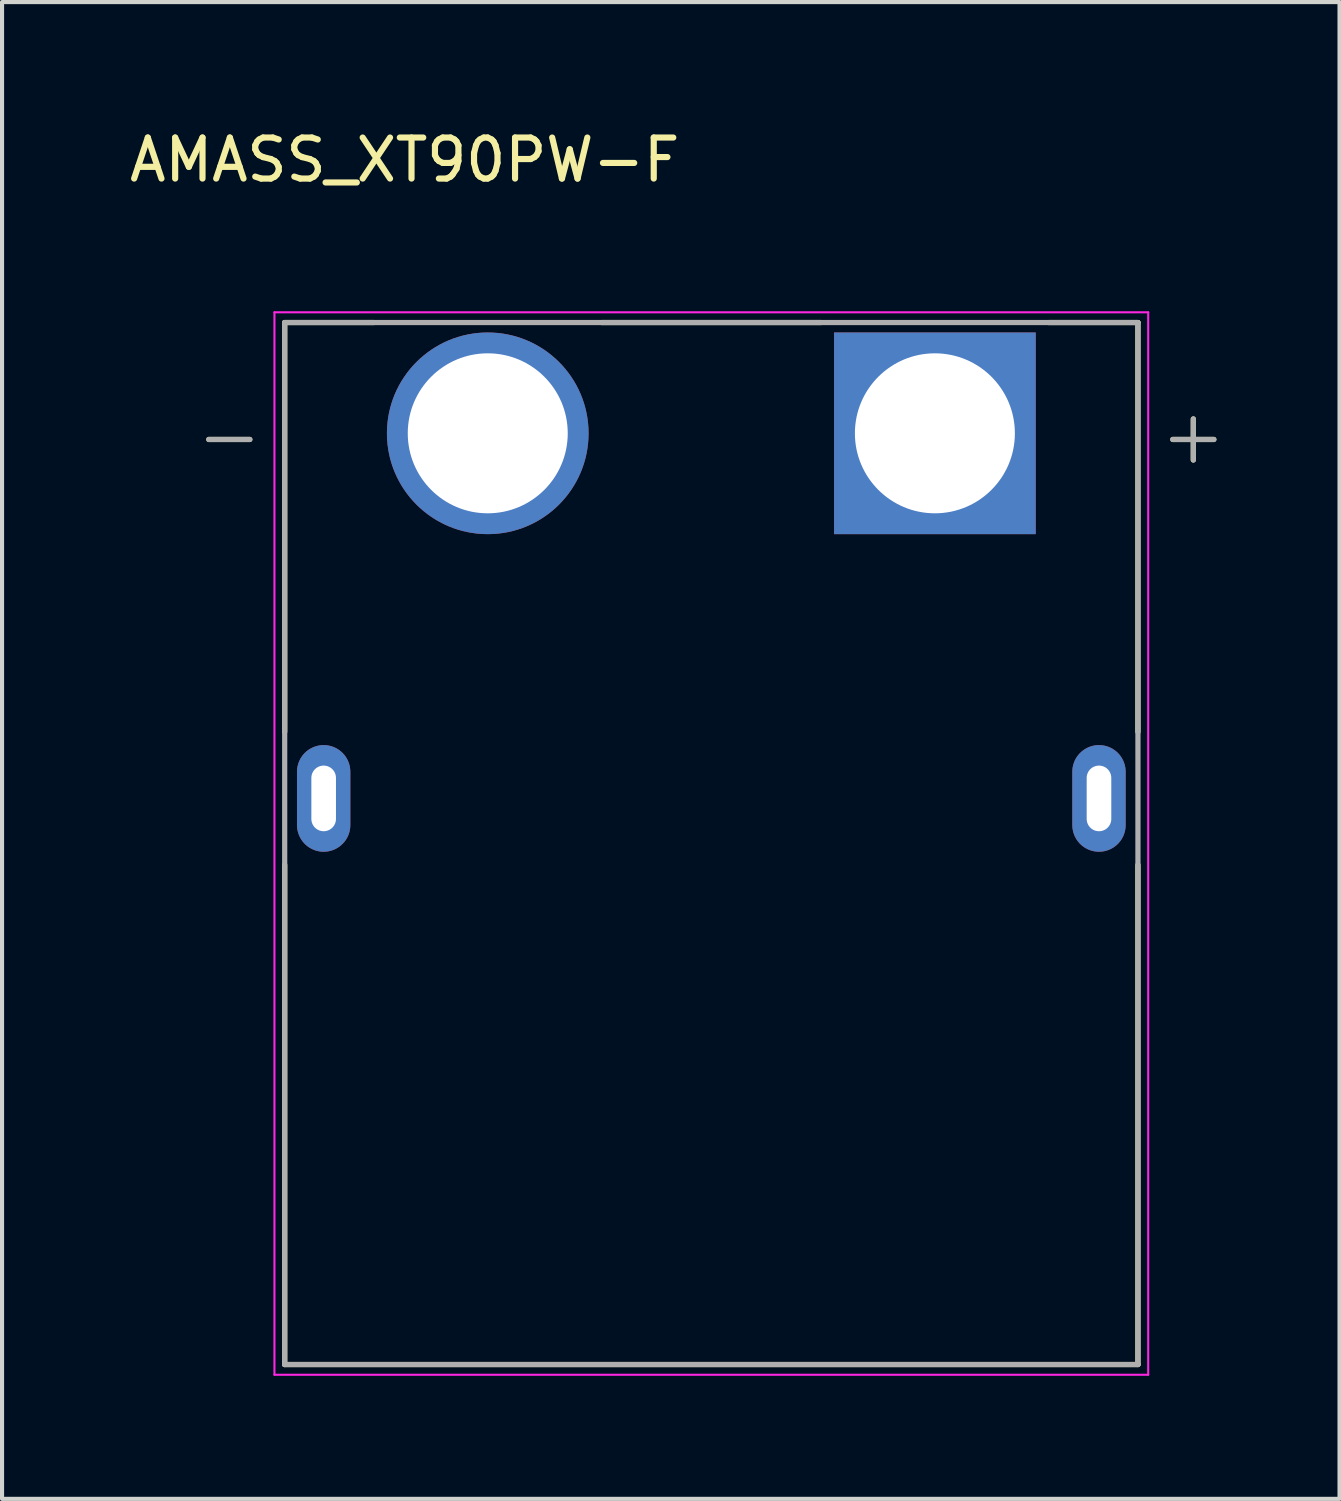
<source format=kicad_pcb>
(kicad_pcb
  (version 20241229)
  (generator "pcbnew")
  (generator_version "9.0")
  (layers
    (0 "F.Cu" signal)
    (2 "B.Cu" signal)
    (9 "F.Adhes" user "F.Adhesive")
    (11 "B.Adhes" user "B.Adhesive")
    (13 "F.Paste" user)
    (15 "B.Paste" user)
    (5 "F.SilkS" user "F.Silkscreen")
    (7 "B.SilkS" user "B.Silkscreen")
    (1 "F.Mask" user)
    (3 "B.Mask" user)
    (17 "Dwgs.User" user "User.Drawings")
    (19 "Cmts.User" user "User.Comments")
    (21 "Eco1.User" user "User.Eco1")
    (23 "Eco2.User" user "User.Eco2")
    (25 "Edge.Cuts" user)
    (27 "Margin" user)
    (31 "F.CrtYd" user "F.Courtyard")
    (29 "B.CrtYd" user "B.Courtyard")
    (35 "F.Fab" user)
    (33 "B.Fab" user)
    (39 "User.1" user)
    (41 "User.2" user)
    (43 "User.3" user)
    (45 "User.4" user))
  (footprint "AMASS_XT90PW-F"
    (layer "F.Cu")
    (at 14.29 16.413)
    (property "Reference" "AMASS_XT90PW-F" (at -7.475 -15.565 0) (layer "F.SilkS") (effects (font (size 1 1) (thickness 0.15))))
    (attr through_hole)
    (fp_line (start -11.25 -8.75) (end -12.25 -8.75) (stroke (width 0.127) (type solid)) (layer "F.SilkS"))
    (fp_line (start -10.4 -11.6) (end -10.4 -1.62) (stroke (width 0.127) (type solid)) (layer "F.SilkS"))
    (fp_line (start -10.4 -11.6) (end -8.228 -11.6) (stroke (width 0.127) (type solid)) (layer "F.SilkS"))
    (fp_line (start -10.4 13.8) (end -10.4 1.62) (stroke (width 0.127) (type solid)) (layer "F.SilkS"))
    (fp_line (start 2.672 -11.6) (end -2.672 -11.6) (stroke (width 0.127) (type solid)) (layer "F.SilkS"))
    (fp_line (start 8.228 -11.6) (end 10.4 -11.6) (stroke (width 0.127) (type solid)) (layer "F.SilkS"))
    (fp_line (start 10.4 -11.6) (end 10.4 -1.62) (stroke (width 0.127) (type solid)) (layer "F.SilkS"))
    (fp_line (start 10.4 1.62) (end 10.4 13.8) (stroke (width 0.127) (type solid)) (layer "F.SilkS"))
    (fp_line (start 10.4 13.8) (end -10.4 13.8) (stroke (width 0.127) (type solid)) (layer "F.SilkS"))
    (fp_line (start 11.25 -8.75) (end 12.25 -8.75) (stroke (width 0.127) (type solid)) (layer "F.SilkS"))
    (fp_line (start 11.75 -8.25) (end 11.75 -9.25) (stroke (width 0.127) (type solid)) (layer "F.SilkS"))
    (fp_line (start -10.65 -11.85) (end -10.65 14.05) (stroke (width 0.05) (type solid)) (layer "F.CrtYd"))
    (fp_line (start -10.65 14.05) (end 10.65 14.05) (stroke (width 0.05) (type solid)) (layer "F.CrtYd"))
    (fp_line (start 10.65 -11.85) (end -10.65 -11.85) (stroke (width 0.05) (type solid)) (layer "F.CrtYd"))
    (fp_line (start 10.65 14.05) (end 10.65 -11.85) (stroke (width 0.05) (type solid)) (layer "F.CrtYd"))
    (fp_line (start -11.25 -8.75) (end -12.25 -8.75) (stroke (width 0.127) (type solid)) (layer "F.Fab"))
    (fp_line (start -10.4 -11.6) (end 10.4 -11.6) (stroke (width 0.127) (type solid)) (layer "F.Fab"))
    (fp_line (start -10.4 13.8) (end -10.4 -11.6) (stroke (width 0.127) (type solid)) (layer "F.Fab"))
    (fp_line (start 10.4 -11.6) (end 10.4 13.8) (stroke (width 0.127) (type solid)) (layer "F.Fab"))
    (fp_line (start 10.4 13.8) (end -10.4 13.8) (stroke (width 0.127) (type solid)) (layer "F.Fab"))
    (fp_line (start 11.75 -8.25) (end 11.75 -9.25) (stroke (width 0.127) (type solid)) (layer "F.Fab"))
    (fp_line (start 12.25 -8.75) (end 11.25 -8.75) (stroke (width 0.127) (type solid)) (layer "F.Fab"))
    (pad "N" thru_hole circle (at -5.45 -8.9) (size 4.916 4.916) (drill 3.9) (layers "*.Cu" "*.Mask"))
    (pad "P" thru_hole rect (at 5.45 -8.9) (size 4.916 4.916) (drill 3.9) (layers "*.Cu" "*.Mask"))
    (pad "S1" thru_hole oval (at 9.45 0) (size 1.3 2.6) (drill oval 0.6 1.6) (layers "*.Cu" "*.Mask"))
    (pad "S2" thru_hole oval (at -9.45 0) (size 1.3 2.6) (drill oval 0.6 1.6) (layers "*.Cu" "*.Mask")))
  (gr_rect
    (start -3 -3)
    (end 29.604 33.488)
    (stroke (width 0.1) (type default))
    (fill no)
    (layer "Edge.Cuts")))
</source>
